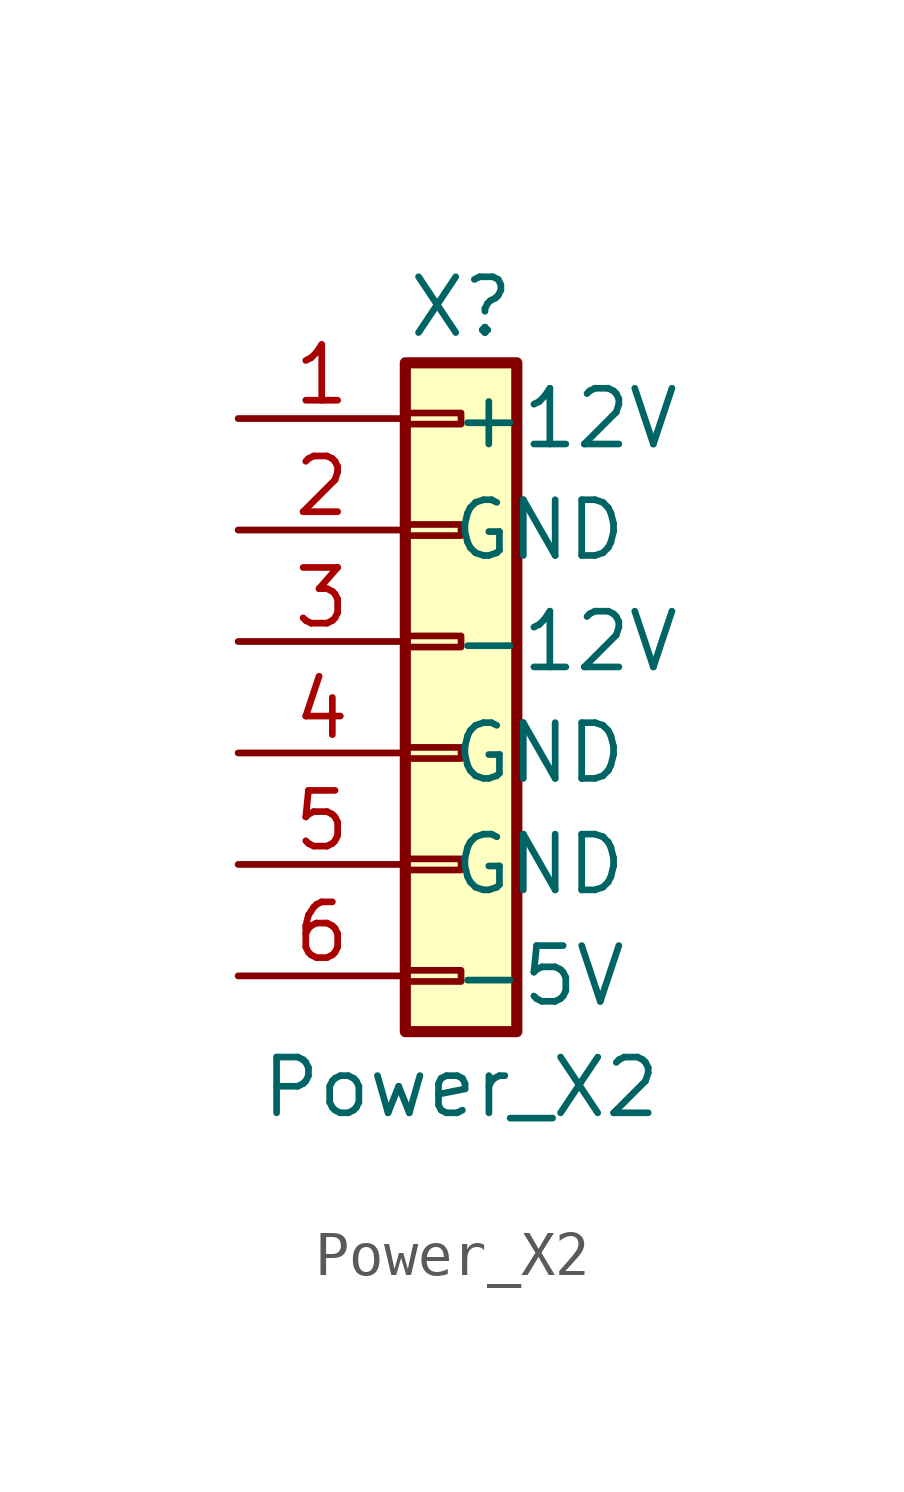
<source format=kicad_sym>
(kicad_symbol_lib
  (version 20211014)
  (generator kicad_symbol_editor)
  (symbol "Power_X2"
    (pin_names
      (offset 1.016))
    (property "Reference" "X"
      (at 0 7.62 0)
      (effects (font (size 1.27 1.27))))
    (property "Value" "Power_X2"
      (at 0 -10.16 0)
      (effects (font (size 1.27 1.27))))
    (symbol "Power_X2_1_1"
      (rectangle (start -1.27 -7.493) (end 0 -7.747) (stroke (width 0.152) (type default) (color 0 0 0 0)) (fill (type none)))
      (rectangle (start -1.27 -4.953) (end 0 -5.207) (stroke (width 0.152) (type default) (color 0 0 0 0)) (fill (type none)))
      (rectangle (start -1.27 -2.413) (end 0 -2.667) (stroke (width 0.152) (type default) (color 0 0 0 0)) (fill (type none)))
      (rectangle (start -1.27 0.127) (end 0 -0.127) (stroke (width 0.152) (type default) (color 0 0 0 0)) (fill (type none)))
      (rectangle (start -1.27 2.667) (end 0 2.413) (stroke (width 0.152) (type default) (color 0 0 0 0)) (fill (type none)))
      (rectangle (start -1.27 5.207) (end 0 4.953) (stroke (width 0.152) (type default) (color 0 0 0 0)) (fill (type none)))
      (rectangle (start -1.27 6.35) (end 1.27 -8.89) (stroke (width 0.254) (type default) (color 0 0 0 0)) (fill (type background)))
      (pin power_in line (at -5.08 5.08 0) (length 3.81) (name "+12V" (effects (font (size 1.27 1.27)))) (number "1" (effects (font (size 1.27 1.27)))))
      (pin power_in line (at -5.08 2.54 0) (length 3.81) (name "GND" (effects (font (size 1.27 1.27)))) (number "2" (effects (font (size 1.27 1.27)))))
      (pin power_in line (at -5.08 0 0) (length 3.81) (name "-12V" (effects (font (size 1.27 1.27)))) (number "3" (effects (font (size 1.27 1.27)))))
      (pin power_in line (at -5.08 -2.54 0) (length 3.81) (name "GND" (effects (font (size 1.27 1.27)))) (number "4" (effects (font (size 1.27 1.27)))))
      (pin power_in line (at -5.08 -5.08 0) (length 3.81) (name "GND" (effects (font (size 1.27 1.27)))) (number "5" (effects (font (size 1.27 1.27)))))
      (pin power_in line (at -5.08 -7.62 0) (length 3.81) (name "-5V" (effects (font (size 1.27 1.27)))) (number "6" (effects (font (size 1.27 1.27))))))))
</source>
